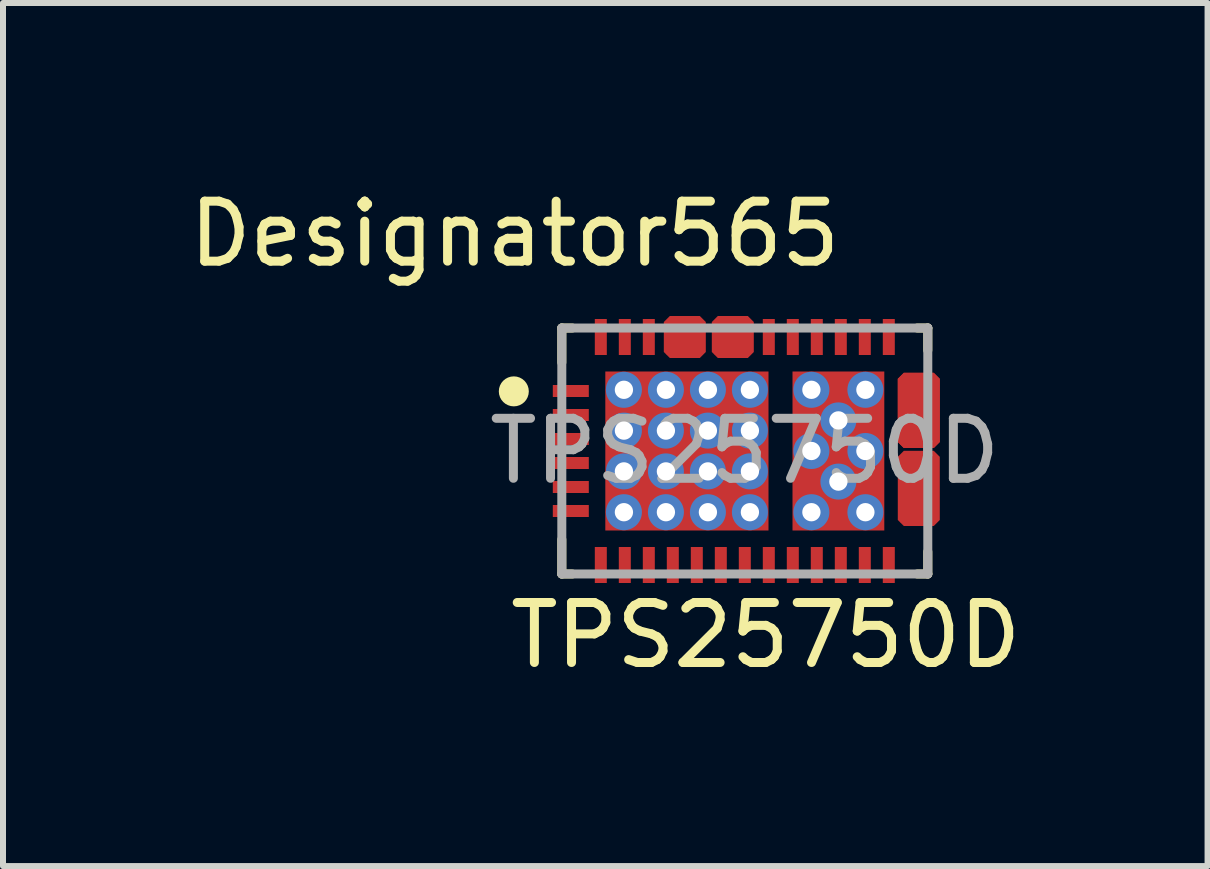
<source format=kicad_pcb>
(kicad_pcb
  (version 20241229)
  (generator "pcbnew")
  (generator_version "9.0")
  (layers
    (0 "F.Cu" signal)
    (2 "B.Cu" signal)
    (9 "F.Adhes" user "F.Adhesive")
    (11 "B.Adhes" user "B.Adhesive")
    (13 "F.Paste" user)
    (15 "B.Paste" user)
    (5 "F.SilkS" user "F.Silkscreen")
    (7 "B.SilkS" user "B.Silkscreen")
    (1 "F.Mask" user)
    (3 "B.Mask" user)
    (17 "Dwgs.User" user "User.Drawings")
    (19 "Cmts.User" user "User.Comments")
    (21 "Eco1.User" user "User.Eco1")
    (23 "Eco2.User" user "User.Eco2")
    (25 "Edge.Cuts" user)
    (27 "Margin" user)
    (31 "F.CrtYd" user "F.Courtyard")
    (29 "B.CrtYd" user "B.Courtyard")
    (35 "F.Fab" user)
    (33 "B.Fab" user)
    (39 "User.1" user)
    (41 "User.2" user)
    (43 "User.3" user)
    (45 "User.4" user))
  (footprint "TPS25750D"
    (layer "F.Cu")
    (at 9.364 4.467)
    (property "Reference" "TPS25750D" (at 0.35 3.07 0) (unlocked yes) (layer "F.SilkS") (effects (font (size 1 1) (thickness 0.15))))
    (attr smd)
    (fp_poly (pts (xy -1.35 -2.15) (xy -1.25 -2.25) (xy -0.75 -2.25) (xy -0.65 -2.15) (xy -0.65 -1.65) (xy -0.75 -1.55) (xy -1.25 -1.55) (xy -1.35 -1.65)) (stroke (width 0) (type solid)) (fill yes) (layer "F.Cu"))
    (fp_poly (pts (xy -0.55 -2.15) (xy -0.45 -2.25) (xy 0.05 -2.25) (xy 0.15 -2.15) (xy 0.15 -1.65) (xy 0.05 -1.55) (xy -0.45 -1.55) (xy -0.55 -1.65)) (stroke (width 0) (type solid)) (fill yes) (layer "F.Cu"))
    (fp_poly (pts (xy 2.55 -1.203) (xy 2.65 -1.303) (xy 3.15 -1.303) (xy 3.25 -1.203) (xy 3.25 -0.15) (xy 3.15 -0.05) (xy 2.65 -0.05) (xy 2.55 -0.15)) (stroke (width 0) (type solid)) (fill yes) (layer "F.Cu"))
    (fp_poly (pts (xy 2.55 -1.203) (xy 2.65 -1.303) (xy 3.15 -1.303) (xy 3.25 -1.203) (xy 3.25 -0.15) (xy 3.15 -0.05) (xy 2.65 -0.05) (xy 2.55 -0.15)) (stroke (width 0) (type solid)) (fill yes) (layer "F.Cu"))
    (fp_poly (pts (xy 2.55 0.097) (xy 2.65 -0.003) (xy 3.15 -0.003) (xy 3.25 0.097) (xy 3.25 1.15) (xy 3.15 1.25) (xy 2.65 1.25) (xy 2.55 1.15)) (stroke (width 0) (type solid)) (fill yes) (layer "F.Cu"))
    (fp_poly (pts (xy -3.15 -0.75) (xy -2.65 -0.75) (xy -2.55 -0.65) (xy -2.55 -0.55) (xy -2.65 -0.45) (xy -3.15 -0.45) (xy -3.25 -0.55) (xy -3.25 -0.65)) (stroke (width 0) (type solid)) (fill yes) (layer "F.Mask"))
    (fp_poly (pts (xy -3.15 -0.05) (xy -3.25 -0.15) (xy -3.25 -0.25) (xy -3.15 -0.35) (xy -2.65 -0.35) (xy -2.55 -0.25) (xy -2.55 -0.15) (xy -2.65 -0.05)) (stroke (width 0) (type solid)) (fill yes) (layer "F.Mask"))
    (fp_poly (pts (xy -2.65 0.35) (xy -3.15 0.35) (xy -3.25 0.25) (xy -3.25 0.15) (xy -3.15 0.05) (xy -2.65 0.05) (xy -2.55 0.15) (xy -2.55 0.25)) (stroke (width 0) (type solid)) (fill yes) (layer "F.Mask"))
    (fp_poly (pts (xy -2.65 0.45) (xy -2.55 0.55) (xy -2.55 0.65) (xy -2.65 0.75) (xy -3.15 0.75) (xy -3.25 0.65) (xy -3.25 0.55) (xy -3.15 0.45)) (stroke (width 0) (type solid)) (fill yes) (layer "F.Mask"))
    (fp_poly (pts (xy -2.65 0.85) (xy -2.55 0.95) (xy -2.55 1.05) (xy -2.65 1.15) (xy -3.15 1.15) (xy -3.25 1.05) (xy -3.25 0.95) (xy -3.15 0.85)) (stroke (width 0) (type solid)) (fill yes) (layer "F.Mask"))
    (fp_poly (pts (xy -2.55 -1.65) (xy -2.55 -2.15) (xy -2.45 -2.25) (xy -2.35 -2.25) (xy -2.25 -2.15) (xy -2.25 -1.65) (xy -2.35 -1.55) (xy -2.45 -1.55)) (stroke (width 0) (type solid)) (fill yes) (layer "F.Mask"))
    (fp_poly (pts (xy -2.55 -0.95) (xy -2.65 -0.85) (xy -3.15 -0.85) (xy -3.25 -0.95) (xy -3.25 -1.05) (xy -3.15 -1.15) (xy -2.65 -1.15) (xy -2.55 -1.05)) (stroke (width 0) (type solid)) (fill yes) (layer "F.Mask"))
    (fp_poly (pts (xy -2.55 1.65) (xy -2.45 1.55) (xy -2.35 1.55) (xy -2.25 1.65) (xy -2.25 2.15) (xy -2.35 2.25) (xy -2.45 2.25) (xy -2.55 2.15)) (stroke (width 0) (type solid)) (fill yes) (layer "F.Mask"))
    (fp_poly (pts (xy -2.375 -1.275) (xy -2.275 -1.375) (xy 0.345 -1.375) (xy 0.445 -1.275) (xy 0.445 1.275) (xy 0.345 1.375) (xy -2.275 1.375) (xy -2.375 1.275)) (stroke (width 0) (type solid)) (fill yes) (layer "F.Mask"))
    (fp_poly (pts (xy -2.05 2.25) (xy -2.15 2.15) (xy -2.15 1.65) (xy -2.05 1.55) (xy -1.95 1.55) (xy -1.85 1.65) (xy -1.85 2.15) (xy -1.95 2.25)) (stroke (width 0) (type solid)) (fill yes) (layer "F.Mask"))
    (fp_poly (pts (xy -1.85 -1.65) (xy -1.95 -1.55) (xy -2.05 -1.55) (xy -2.15 -1.65) (xy -2.15 -2.15) (xy -2.05 -2.25) (xy -1.95 -2.25) (xy -1.85 -2.15)) (stroke (width 0) (type solid)) (fill yes) (layer "F.Mask"))
    (fp_poly (pts (xy -1.55 1.55) (xy -1.45 1.65) (xy -1.45 2.15) (xy -1.55 2.25) (xy -1.65 2.25) (xy -1.75 2.15) (xy -1.75 1.65) (xy -1.65 1.55)) (stroke (width 0) (type solid)) (fill yes) (layer "F.Mask"))
    (fp_poly (pts (xy -1.45 -2.15) (xy -1.45 -1.65) (xy -1.55 -1.55) (xy -1.65 -1.55) (xy -1.75 -1.65) (xy -1.75 -2.15) (xy -1.65 -2.25) (xy -1.55 -2.25)) (stroke (width 0) (type solid)) (fill yes) (layer "F.Mask"))
    (fp_poly (pts (xy -1.05 2.15) (xy -1.15 2.25) (xy -1.25 2.25) (xy -1.35 2.15) (xy -1.35 1.65) (xy -1.25 1.55) (xy -1.15 1.55) (xy -1.05 1.65)) (stroke (width 0) (type solid)) (fill yes) (layer "F.Mask"))
    (fp_poly (pts (xy -0.85 1.55) (xy -0.75 1.55) (xy -0.65 1.65) (xy -0.65 2.15) (xy -0.75 2.25) (xy -0.85 2.25) (xy -0.95 2.15) (xy -0.95 1.65)) (stroke (width 0) (type solid)) (fill yes) (layer "F.Mask"))
    (fp_poly (pts (xy -0.25 2.15) (xy -0.35 2.25) (xy -0.45 2.25) (xy -0.55 2.15) (xy -0.55 1.65) (xy -0.45 1.55) (xy -0.35 1.55) (xy -0.25 1.65)) (stroke (width 0) (type solid)) (fill yes) (layer "F.Mask"))
    (fp_poly (pts (xy 0.15 1.65) (xy 0.15 2.15) (xy 0.05 2.25) (xy -0.05 2.25) (xy -0.15 2.15) (xy -0.15 1.65) (xy -0.05 1.55) (xy 0.05 1.55)) (stroke (width 0) (type solid)) (fill yes) (layer "F.Mask"))
    (fp_poly (pts (xy 0.35 -2.25) (xy 0.45 -2.25) (xy 0.55 -2.15) (xy 0.55 -1.65) (xy 0.45 -1.55) (xy 0.35 -1.55) (xy 0.25 -1.65) (xy 0.25 -2.15)) (stroke (width 0) (type solid)) (fill yes) (layer "F.Mask"))
    (fp_poly (pts (xy 0.35 1.55) (xy 0.45 1.55) (xy 0.55 1.65) (xy 0.55 2.15) (xy 0.45 2.25) (xy 0.35 2.25) (xy 0.25 2.15) (xy 0.25 1.65)) (stroke (width 0) (type solid)) (fill yes) (layer "F.Mask"))
    (fp_poly (pts (xy 0.65 -1.65) (xy 0.65 -2.15) (xy 0.75 -2.25) (xy 0.85 -2.25) (xy 0.95 -2.15) (xy 0.95 -1.65) (xy 0.85 -1.55) (xy 0.75 -1.55)) (stroke (width 0) (type solid)) (fill yes) (layer "F.Mask"))
    (fp_poly (pts (xy 0.95 2.15) (xy 0.85 2.25) (xy 0.75 2.25) (xy 0.65 2.15) (xy 0.65 1.65) (xy 0.75 1.55) (xy 0.85 1.55) (xy 0.95 1.65)) (stroke (width 0) (type solid)) (fill yes) (layer "F.Mask"))
    (fp_poly (pts (xy 1.05 -1.65) (xy 1.05 -2.15) (xy 1.15 -2.25) (xy 1.25 -2.25) (xy 1.35 -2.15) (xy 1.35 -1.65) (xy 1.25 -1.55) (xy 1.15 -1.55)) (stroke (width 0) (type solid)) (fill yes) (layer "F.Mask"))
    (fp_poly (pts (xy 1.25 2.25) (xy 1.15 2.25) (xy 1.05 2.15) (xy 1.05 1.65) (xy 1.15 1.55) (xy 1.25 1.55) (xy 1.35 1.65) (xy 1.35 2.15)) (stroke (width 0) (type solid)) (fill yes) (layer "F.Mask"))
    (fp_poly (pts (xy 1.65 1.55) (xy 1.75 1.65) (xy 1.75 2.15) (xy 1.65 2.25) (xy 1.55 2.25) (xy 1.45 2.15) (xy 1.45 1.65) (xy 1.55 1.55)) (stroke (width 0) (type solid)) (fill yes) (layer "F.Mask"))
    (fp_poly (pts (xy 1.75 -2.15) (xy 1.75 -1.65) (xy 1.65 -1.55) (xy 1.55 -1.55) (xy 1.45 -1.65) (xy 1.45 -2.15) (xy 1.55 -2.25) (xy 1.65 -2.25)) (stroke (width 0) (type solid)) (fill yes) (layer "F.Mask"))
    (fp_poly (pts (xy 1.85 1.65) (xy 1.95 1.55) (xy 2.05 1.55) (xy 2.15 1.65) (xy 2.15 2.15) (xy 2.05 2.25) (xy 1.95 2.25) (xy 1.85 2.15)) (stroke (width 0) (type solid)) (fill yes) (layer "F.Mask"))
    (fp_poly (pts (xy 1.95 -2.25) (xy 2.05 -2.25) (xy 2.15 -2.15) (xy 2.15 -1.65) (xy 2.05 -1.55) (xy 1.95 -1.55) (xy 1.85 -1.65) (xy 1.85 -2.15)) (stroke (width 0) (type solid)) (fill yes) (layer "F.Mask"))
    (fp_poly (pts (xy 2.25 1.65) (xy 2.35 1.55) (xy 2.45 1.55) (xy 2.55 1.65) (xy 2.55 2.15) (xy 2.45 2.25) (xy 2.35 2.25) (xy 2.25 2.15)) (stroke (width 0) (type solid)) (fill yes) (layer "F.Mask"))
    (fp_poly (pts (xy 2.275 -1.375) (xy 2.375 -1.275) (xy 2.375 1.275) (xy 2.275 1.375) (xy 0.845 1.375) (xy 0.745 1.275) (xy 0.745 -1.275) (xy 0.845 -1.375)) (stroke (width 0) (type solid)) (fill yes) (layer "F.Mask"))
    (fp_poly (pts (xy 2.55 -1.65) (xy 2.45 -1.55) (xy 2.35 -1.55) (xy 2.25 -1.65) (xy 2.25 -2.15) (xy 2.35 -2.25) (xy 2.45 -2.25) (xy 2.55 -2.15)) (stroke (width 0) (type solid)) (fill yes) (layer "F.Mask"))
    (fp_poly (pts (xy -0.85 -2.2) (xy -0.75 -2.2) (xy -0.7 -2.15) (xy -0.7 -1.65) (xy -0.75 -1.6) (xy -1.25 -1.6) (xy -1.3 -1.65) (xy -1.3 -2.15) (xy -1.25 -2.2) (xy -1.15 -2.2) (xy -1.1 -2.15) (xy -1.1 -1.925) (xy -1.05 -1.875) (xy -0.95 -1.875) (xy -0.9 -1.925) (xy -0.9 -2.15)) (stroke (width 0) (type solid)) (fill yes) (layer "F.Mask"))
    (fp_poly (pts (xy -0.05 -2.2) (xy 0.05 -2.2) (xy 0.1 -2.15) (xy 0.1 -1.65) (xy 0.05 -1.6) (xy -0.45 -1.6) (xy -0.5 -1.65) (xy -0.5 -2.15) (xy -0.45 -2.2) (xy -0.35 -2.2) (xy -0.3 -2.15) (xy -0.3 -1.925) (xy -0.25 -1.875) (xy -0.15 -1.875) (xy -0.1 -1.925) (xy -0.1 -2.15)) (stroke (width 0) (type solid)) (fill yes) (layer "F.Mask"))
    (fp_poly (pts (xy 2.9 -0.1) (xy 2.65 -0.1) (xy 2.6 -0.15) (xy 2.6 -1.203) (xy 2.65 -1.253) (xy 3.15 -1.253) (xy 3.2 -1.203) (xy 3.2 -1.05) (xy 3.15 -1) (xy 2.925 -1) (xy 2.875 -0.95) (xy 2.875 -0.8) (xy 2.925 -0.75) (xy 3.15 -0.75) (xy 3.2 -0.7) (xy 3.2 -0.6) (xy 3.15 -0.55) (xy 2.925 -0.55) (xy 2.875 -0.5) (xy 2.875 -0.35) (xy 2.925 -0.3) (xy 3.15 -0.3) (xy 3.2 -0.25) (xy 3.2 -0.15) (xy 3.15 -0.1)) (stroke (width 0) (type solid)) (fill yes) (layer "F.Mask"))
    (fp_poly (pts (xy 2.9 0.1) (xy 2.65 0.1) (xy 2.6 0.15) (xy 2.6 1.203) (xy 2.65 1.253) (xy 3.15 1.253) (xy 3.2 1.203) (xy 3.2 1.05) (xy 3.15 1) (xy 2.925 1) (xy 2.875 0.95) (xy 2.875 0.8) (xy 2.925 0.75) (xy 3.15 0.75) (xy 3.2 0.7) (xy 3.2 0.6) (xy 3.15 0.55) (xy 2.925 0.55) (xy 2.875 0.5) (xy 2.875 0.35) (xy 2.925 0.3) (xy 3.15 0.3) (xy 3.2 0.25) (xy 3.2 0.15) (xy 3.15 0.1)) (stroke (width 0) (type solid)) (fill yes) (layer "F.Mask"))
    (fp_line (start -3.05 -2.05) (end -2.875 -2.05) (stroke (width 0.15) (type solid)) (layer "F.SilkS"))
    (fp_line (start -3.05 -1.475) (end -3.05 -2.05) (stroke (width 0.15) (type solid)) (layer "F.SilkS"))
    (fp_line (start -3.05 2.05) (end -3.05 1.475) (stroke (width 0.15) (type solid)) (layer "F.SilkS"))
    (fp_line (start -3.05 2.05) (end -2.875 2.05) (stroke (width 0.15) (type solid)) (layer "F.SilkS"))
    (fp_line (start 2.875 -2.05) (end 3.05 -2.05) (stroke (width 0.15) (type solid)) (layer "F.SilkS"))
    (fp_line (start 2.875 2.05) (end 3.05 2.05) (stroke (width 0.15) (type solid)) (layer "F.SilkS"))
    (fp_line (start 3.05 -1.678) (end 3.05 -2.05) (stroke (width 0.15) (type solid)) (layer "F.SilkS"))
    (fp_line (start 3.05 2.05) (end 3.05 1.678) (stroke (width 0.15) (type solid)) (layer "F.SilkS"))
    (fp_circle (center -3.85 -0.994) (end -3.725 -0.994) (stroke (width 0.25) (type solid)) (fill no) (layer "F.SilkS"))
    (fp_poly (pts (xy -2.265 0.155) (xy -2.215 0.105) (xy -1.115 0.105) (xy -1.065 0.155) (xy -1.065 1.225) (xy -1.115 1.275) (xy -2.215 1.275) (xy -2.265 1.225)) (stroke (width 0) (type solid)) (fill yes) (layer "F.Paste"))
    (fp_poly (pts (xy -1.065 -0.155) (xy -1.115 -0.105) (xy -2.215 -0.105) (xy -2.265 -0.155) (xy -2.265 -1.225) (xy -2.215 -1.275) (xy -1.115 -1.275) (xy -1.065 -1.225)) (stroke (width 0) (type solid)) (fill yes) (layer "F.Paste"))
    (fp_poly (pts (xy -0.815 -0.105) (xy -0.865 -0.155) (xy -0.865 -1.225) (xy -0.815 -1.275) (xy 0.285 -1.275) (xy 0.335 -1.225) (xy 0.335 -0.155) (xy 0.285 -0.105)) (stroke (width 0) (type solid)) (fill yes) (layer "F.Paste"))
    (fp_poly (pts (xy -0.815 1.275) (xy -0.865 1.225) (xy -0.865 0.155) (xy -0.815 0.105) (xy 0.285 0.105) (xy 0.335 0.155) (xy 0.335 1.225) (xy 0.285 1.275)) (stroke (width 0) (type solid)) (fill yes) (layer "F.Paste"))
    (fp_poly (pts (xy 2.185 0.105) (xy 2.235 0.155) (xy 2.235 1.225) (xy 2.185 1.275) (xy 0.935 1.275) (xy 0.885 1.225) (xy 0.885 0.155) (xy 0.935 0.105)) (stroke (width 0) (type solid)) (fill yes) (layer "F.Paste"))
    (fp_poly (pts (xy 2.235 -0.155) (xy 2.185 -0.105) (xy 0.935 -0.105) (xy 0.885 -0.155) (xy 0.885 -1.225) (xy 0.935 -1.275) (xy 2.185 -1.275) (xy 2.235 -1.225)) (stroke (width 0) (type solid)) (fill yes) (layer "F.Paste"))
    (fp_poly (pts (xy -0.85 -2.2) (xy -0.75 -2.2) (xy -0.7 -2.15) (xy -0.7 -1.65) (xy -0.75 -1.6) (xy -1.25 -1.6) (xy -1.3 -1.65) (xy -1.3 -2.15) (xy -1.25 -2.2) (xy -1.15 -2.2) (xy -1.1 -2.15) (xy -1.1 -1.925) (xy -1.05 -1.875) (xy -0.95 -1.875) (xy -0.9 -1.925) (xy -0.9 -2.15)) (stroke (width 0) (type solid)) (fill yes) (layer "F.Paste"))
    (fp_poly (pts (xy -0.05 -2.2) (xy 0.05 -2.2) (xy 0.1 -2.15) (xy 0.1 -1.65) (xy 0.05 -1.6) (xy -0.45 -1.6) (xy -0.5 -1.65) (xy -0.5 -2.15) (xy -0.45 -2.2) (xy -0.35 -2.2) (xy -0.3 -2.15) (xy -0.3 -1.925) (xy -0.25 -1.875) (xy -0.15 -1.875) (xy -0.1 -1.925) (xy -0.1 -2.15)) (stroke (width 0) (type solid)) (fill yes) (layer "F.Paste"))
    (fp_poly (pts (xy 2.9 -0.1) (xy 2.65 -0.1) (xy 2.6 -0.15) (xy 2.6 -1.203) (xy 2.65 -1.253) (xy 3.15 -1.253) (xy 3.2 -1.203) (xy 3.2 -1.05) (xy 3.15 -1) (xy 2.925 -1) (xy 2.875 -0.95) (xy 2.875 -0.8) (xy 2.925 -0.75) (xy 3.15 -0.75) (xy 3.2 -0.7) (xy 3.2 -0.6) (xy 3.15 -0.55) (xy 2.925 -0.55) (xy 2.875 -0.5) (xy 2.875 -0.35) (xy 2.925 -0.3) (xy 3.15 -0.3) (xy 3.2 -0.25) (xy 3.2 -0.15) (xy 3.15 -0.1)) (stroke (width 0) (type solid)) (fill yes) (layer "F.Paste"))
    (fp_poly (pts (xy 2.9 0.1) (xy 2.65 0.1) (xy 2.6 0.15) (xy 2.6 1.203) (xy 2.65 1.253) (xy 3.15 1.253) (xy 3.2 1.203) (xy 3.2 1.05) (xy 3.15 1) (xy 2.925 1) (xy 2.875 0.95) (xy 2.875 0.8) (xy 2.925 0.75) (xy 3.15 0.75) (xy 3.2 0.7) (xy 3.2 0.6) (xy 3.15 0.55) (xy 2.925 0.55) (xy 2.875 0.5) (xy 2.875 0.35) (xy 2.925 0.3) (xy 3.15 0.3) (xy 3.2 0.25) (xy 3.2 0.15) (xy 3.15 0.1)) (stroke (width 0) (type solid)) (fill yes) (layer "F.Paste"))
    (fp_line (start -3.05 -2.05) (end 3.05 -2.05) (stroke (width 0.15) (type solid)) (layer "F.Fab"))
    (fp_line (start -3.05 2.05) (end -3.05 -2.05) (stroke (width 0.15) (type solid)) (layer "F.Fab"))
    (fp_line (start -3.05 2.05) (end 3.05 2.05) (stroke (width 0.15) (type solid)) (layer "F.Fab"))
    (fp_line (start 3.05 2.05) (end 3.05 -2.05) (stroke (width 0.15) (type solid)) (layer "F.Fab"))
    (fp_text user "Designator565" (at -3.835 -3.619 0) (unlocked yes) (layer "F.SilkS") (effects (font (size 1 1) (thickness 0.15))))
    (fp_text user "${REFERENCE}" (at 0 0 0) (unlocked yes) (layer "F.Fab") (effects (font (size 1 1) (thickness 0.15))))
    (pad "1" smd rect (at -2.9 -1) (size 0.6 0.2) (layers "F.Cu" "F.Paste"))
    (pad "2" smd rect (at -2.9 -0.6) (size 0.6 0.2) (layers "F.Cu" "F.Paste"))
    (pad "3" smd rect (at -2.9 -0.2) (size 0.6 0.2) (layers "F.Cu" "F.Paste"))
    (pad "4" smd rect (at -2.9 0.2) (size 0.6 0.2) (layers "F.Cu" "F.Paste"))
    (pad "5" smd rect (at -2.9 0.6) (size 0.6 0.2) (layers "F.Cu" "F.Paste"))
    (pad "6" smd rect (at -2.9 1) (size 0.6 0.2) (layers "F.Cu" "F.Paste"))
    (pad "7" smd rect (at -2.4 1.9) (size 0.2 0.6) (layers "F.Cu" "F.Paste"))
    (pad "8" smd rect (at -2 1.9) (size 0.2 0.6) (layers "F.Cu" "F.Paste"))
    (pad "9" smd rect (at -1.6 1.9) (size 0.2 0.6) (layers "F.Cu" "F.Paste"))
    (pad "10" smd rect (at -1.2 1.9) (size 0.2 0.6) (layers "F.Cu" "F.Paste"))
    (pad "11" smd rect (at -0.8 1.9) (size 0.2 0.6) (layers "F.Cu" "F.Paste"))
    (pad "12" smd rect (at -0.4 1.9) (size 0.2 0.6) (layers "F.Cu" "F.Paste"))
    (pad "13" smd rect (at 0 1.9) (size 0.2 0.6) (layers "F.Cu" "F.Paste"))
    (pad "14" smd rect (at 0.4 1.9) (size 0.2 0.6) (layers "F.Cu" "F.Paste"))
    (pad "15" smd rect (at 0.8 1.9) (size 0.2 0.6) (layers "F.Cu" "F.Paste"))
    (pad "16" smd rect (at 1.2 1.9) (size 0.2 0.6) (layers "F.Cu" "F.Paste"))
    (pad "17" smd rect (at 1.6 1.9) (size 0.2 0.6) (layers "F.Cu" "F.Paste"))
    (pad "18" smd rect (at 2 1.9) (size 0.2 0.6) (layers "F.Cu" "F.Paste"))
    (pad "19" smd rect (at 2.4 1.9) (size 0.2 0.6) (layers "F.Cu" "F.Paste"))
    (pad "20" smd rect (at 2.8 1.1) (size 0.4 0.2) (layers "F.Cu"))
    (pad "21" smd rect (at 2.8 0.65) (size 0.4 0.2) (layers "F.Cu"))
    (pad "22" smd rect (at 2.8 0.2) (size 0.4 0.2) (layers "F.Cu"))
    (pad "23" smd rect (at 2.8 -0.2) (size 0.4 0.2) (layers "F.Cu"))
    (pad "24" smd rect (at 2.8 -0.65) (size 0.4 0.2) (layers "F.Cu"))
    (pad "25" smd rect (at 2.8 -1.1) (size 0.4 0.2) (layers "F.Cu"))
    (pad "26" smd rect (at 2.4 -1.9) (size 0.2 0.6) (layers "F.Cu" "F.Paste"))
    (pad "27" smd rect (at 2 -1.9) (size 0.2 0.6) (layers "F.Cu" "F.Paste"))
    (pad "28" smd rect (at 1.6 -1.9) (size 0.2 0.6) (layers "F.Cu" "F.Paste"))
    (pad "29" smd rect (at 1.2 -1.9) (size 0.2 0.6) (layers "F.Cu" "F.Paste"))
    (pad "30" smd rect (at 0.8 -1.9) (size 0.2 0.6) (layers "F.Cu" "F.Paste"))
    (pad "31" smd rect (at 0.4 -1.9) (size 0.2 0.6) (layers "F.Cu" "F.Paste"))
    (pad "32" smd rect (at 0 -1.8) (size 0.2 0.4) (layers "F.Cu"))
    (pad "33" smd rect (at -0.4 -1.8) (size 0.2 0.4) (layers "F.Cu"))
    (pad "34" smd rect (at -0.8 -1.8) (size 0.2 0.4) (layers "F.Cu"))
    (pad "35" smd rect (at -1.2 -1.8) (size 0.2 0.4) (layers "F.Cu"))
    (pad "36" smd rect (at -1.6 -1.9) (size 0.2 0.6) (layers "F.Cu" "F.Paste"))
    (pad "37" smd rect (at -2 -1.9) (size 0.2 0.6) (layers "F.Cu" "F.Paste"))
    (pad "38" smd rect (at -2.4 -1.9) (size 0.2 0.6) (layers "F.Cu" "F.Paste"))
    (pad "39" thru_hole circle (at -2.015 -1.02) (size 0.6 0.6) (drill 0.305) (layers "*.Cu" "*.Mask"))
    (pad "39" thru_hole circle (at -2.015 -0.34) (size 0.6 0.6) (drill 0.305) (layers "*.Cu" "*.Mask"))
    (pad "39" thru_hole circle (at -2.015 0.34) (size 0.6 0.6) (drill 0.305) (layers "*.Cu" "*.Mask"))
    (pad "39" thru_hole circle (at -2.015 1.02) (size 0.6 0.6) (drill 0.305) (layers "*.Cu" "*.Mask"))
    (pad "39" thru_hole circle (at -1.315 -1.02) (size 0.6 0.6) (drill 0.305) (layers "*.Cu" "*.Mask"))
    (pad "39" thru_hole circle (at -1.315 -0.34) (size 0.6 0.6) (drill 0.305) (layers "*.Cu" "*.Mask"))
    (pad "39" thru_hole circle (at -1.315 0.34) (size 0.6 0.6) (drill 0.305) (layers "*.Cu" "*.Mask"))
    (pad "39" thru_hole circle (at -1.315 1.02) (size 0.6 0.6) (drill 0.305) (layers "*.Cu" "*.Mask"))
    (pad "39" smd rect (at -0.965 0) (size 2.72 2.65) (layers "F.Cu"))
    (pad "39" thru_hole circle (at -0.615 -1.02) (size 0.6 0.6) (drill 0.305) (layers "*.Cu" "*.Mask"))
    (pad "39" thru_hole circle (at -0.615 -0.34) (size 0.6 0.6) (drill 0.305) (layers "*.Cu" "*.Mask"))
    (pad "39" thru_hole circle (at -0.615 0.34) (size 0.6 0.6) (drill 0.305) (layers "*.Cu" "*.Mask"))
    (pad "39" thru_hole circle (at -0.615 1.02) (size 0.6 0.6) (drill 0.305) (layers "*.Cu" "*.Mask"))
    (pad "39" thru_hole circle (at 0.085 -1.02) (size 0.6 0.6) (drill 0.305) (layers "*.Cu" "*.Mask"))
    (pad "39" thru_hole circle (at 0.085 -0.34) (size 0.6 0.6) (drill 0.305) (layers "*.Cu" "*.Mask"))
    (pad "39" thru_hole circle (at 0.085 0.34) (size 0.6 0.6) (drill 0.305) (layers "*.Cu" "*.Mask"))
    (pad "39" thru_hole circle (at 0.085 1.02) (size 0.6 0.6) (drill 0.305) (layers "*.Cu" "*.Mask"))
    (pad "40" thru_hole circle (at 1.11 0) (size 0.6 0.6) (drill 0.305) (layers "*.Cu" "*.Mask"))
    (pad "40" thru_hole circle (at 1.11 -1.02) (size 0.6 0.6) (drill 0.305) (layers "*.Cu" "*.Mask"))
    (pad "40" thru_hole circle (at 1.11 1.02) (size 0.6 0.6) (drill 0.305) (layers "*.Cu" "*.Mask"))
    (pad "40" thru_hole circle (at 1.56 -0.51) (size 0.6 0.6) (drill 0.305) (layers "*.Cu" "*.Mask"))
    (pad "40" smd rect (at 1.56 0) (size 1.53 2.65) (layers "F.Cu"))
    (pad "40" thru_hole circle (at 1.56 0.51) (size 0.6 0.6) (drill 0.305) (layers "*.Cu" "*.Mask"))
    (pad "40" thru_hole circle (at 2.01 0) (size 0.6 0.6) (drill 0.305) (layers "*.Cu" "*.Mask"))
    (pad "40" thru_hole circle (at 2.01 -1.02) (size 0.6 0.6) (drill 0.305) (layers "*.Cu" "*.Mask"))
    (pad "40" thru_hole circle (at 2.01 1.02) (size 0.6 0.6) (drill 0.305) (layers "*.Cu" "*.Mask")))
  (gr_rect
    (start -3 -3)
    (end 17.077 11.385)
    (stroke (width 0.1) (type default))
    (fill no)
    (layer "Edge.Cuts")))
</source>
